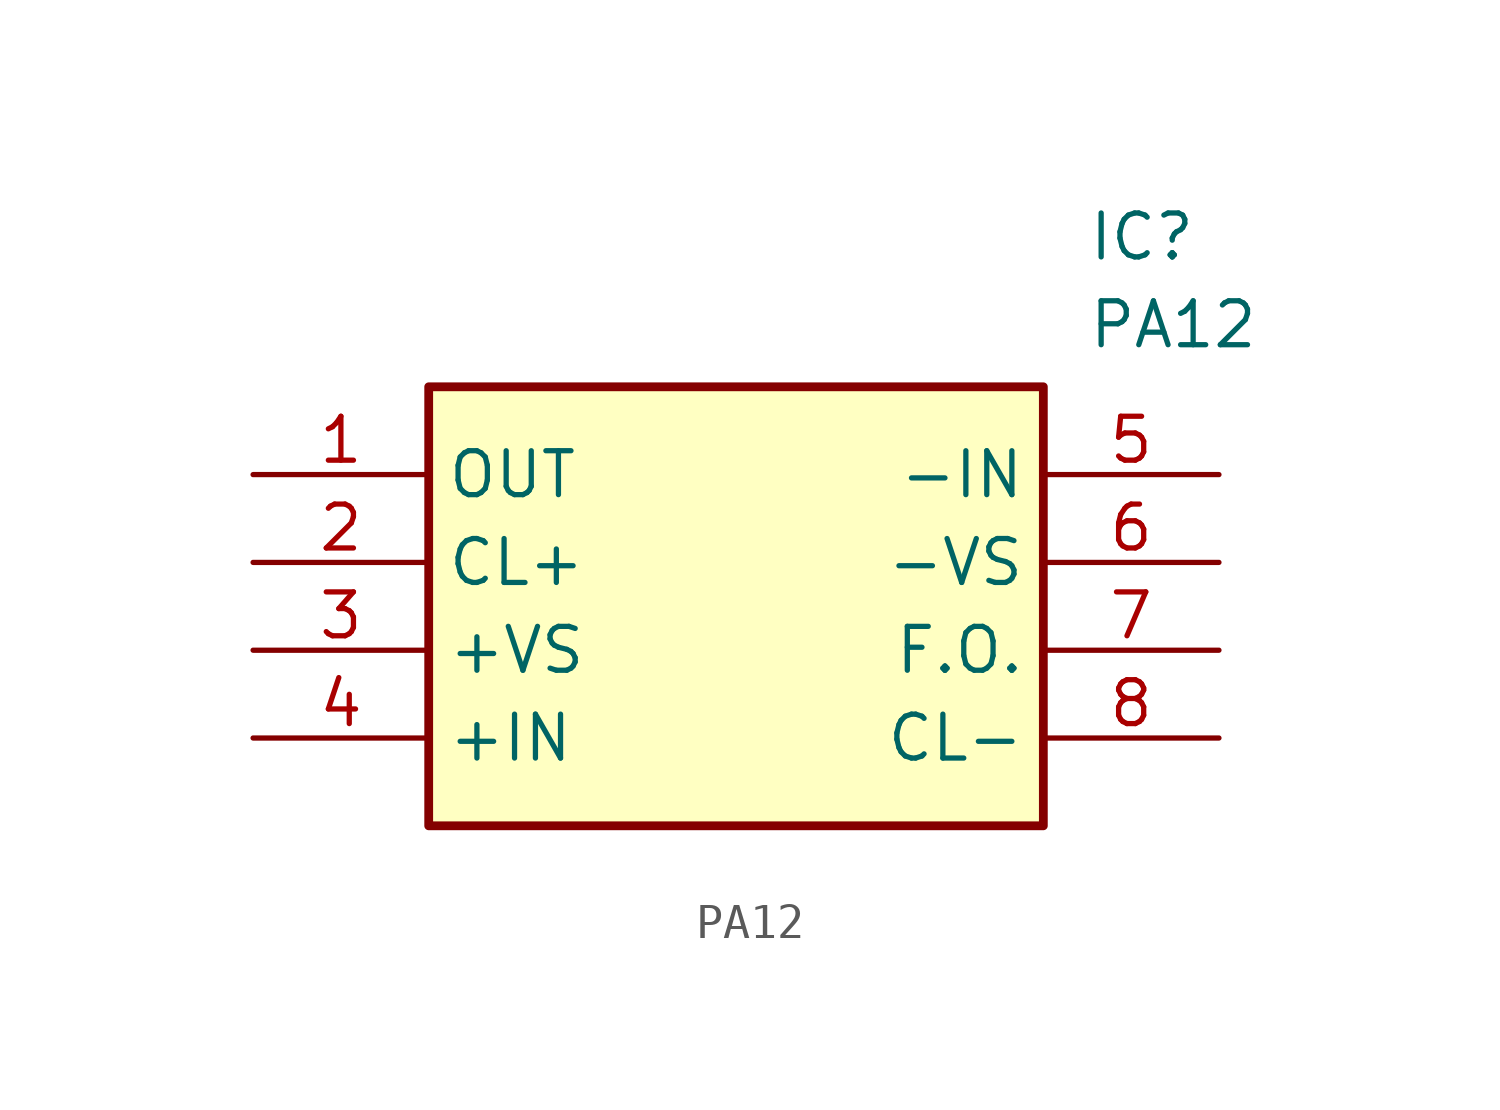
<source format=kicad_sym>
(kicad_symbol_lib
  (version 20211014)
  (generator SamacSys_ECAD_Model)
  (symbol "PA12"
    (property "Reference" "IC"
      (at 24.13 7.62 0)
      (effects (font (size 1.27 1.27)) (justify left top)))
    (property "Value" "PA12"
      (at 24.13 5.08 0)
      (effects (font (size 1.27 1.27)) (justify left top)))
    (rectangle
      (start 5.08 2.54)
      (end 22.86 -10.16)
      (stroke (width 0.254) (type default))
      (fill (type background)))
    (pin passive line
      (at 0 0 0)
      (length 5.08)
      (name "OUT" (effects (font (size 1.27 1.27))))
      (number "1" (effects (font (size 1.27 1.27)))))
    (pin passive line
      (at 0 -2.54 0)
      (length 5.08)
      (name "CL+" (effects (font (size 1.27 1.27))))
      (number "2" (effects (font (size 1.27 1.27)))))
    (pin passive line
      (at 0 -5.08 0)
      (length 5.08)
      (name "+VS" (effects (font (size 1.27 1.27))))
      (number "3" (effects (font (size 1.27 1.27)))))
    (pin passive line
      (at 0 -7.62 0)
      (length 5.08)
      (name "+IN" (effects (font (size 1.27 1.27))))
      (number "4" (effects (font (size 1.27 1.27)))))
    (pin passive line
      (at 27.94 0 180)
      (length 5.08)
      (name "-IN" (effects (font (size 1.27 1.27))))
      (number "5" (effects (font (size 1.27 1.27)))))
    (pin passive line
      (at 27.94 -2.54 180)
      (length 5.08)
      (name "-VS" (effects (font (size 1.27 1.27))))
      (number "6" (effects (font (size 1.27 1.27)))))
    (pin passive line
      (at 27.94 -5.08 180)
      (length 5.08)
      (name "F.O." (effects (font (size 1.27 1.27))))
      (number "7" (effects (font (size 1.27 1.27)))))
    (pin passive line
      (at 27.94 -7.62 180)
      (length 5.08)
      (name "CL-" (effects (font (size 1.27 1.27))))
      (number "8" (effects (font (size 1.27 1.27)))))))
</source>
